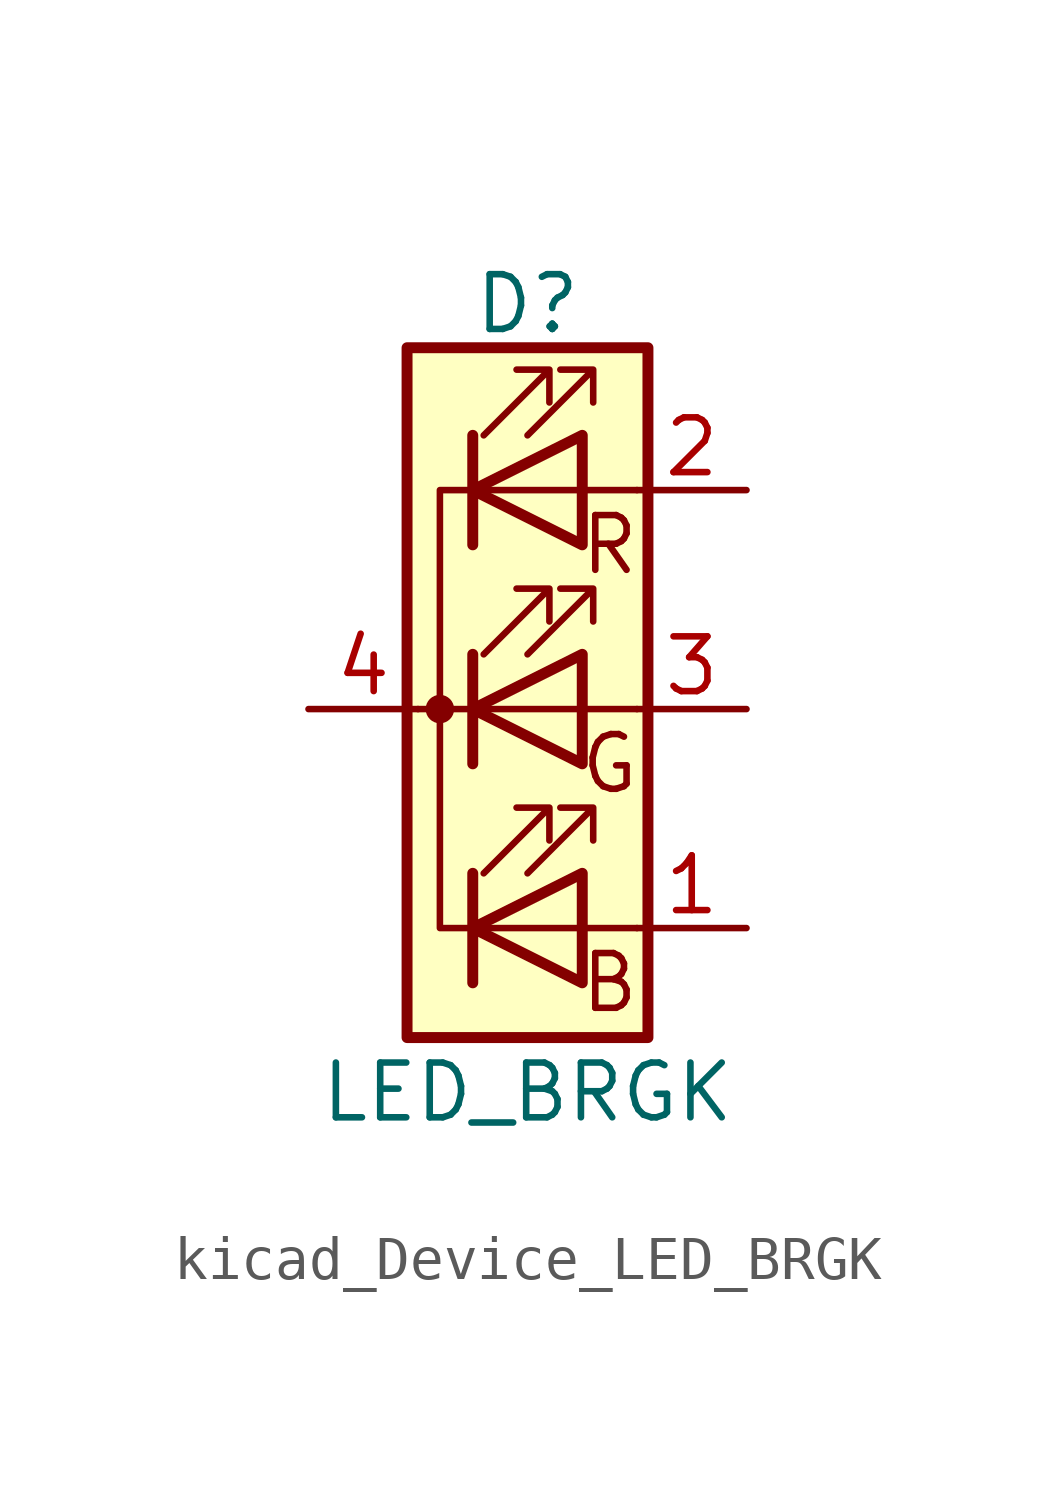
<source format=kicad_sym>
(kicad_symbol_lib
  (version 20220914)
  (generator kicad_symbol_editor)
  (symbol "kicad_Device_LED_BRGK"
    (pin_names
      (offset 0) hide)
    (property "Reference" "D"
      (at 0 9.398 0)
      (effects (font (size 1.27 1.27))))
    (property "Value" "LED_BRGK"
      (at 0 -8.89 0)
      (effects (font (size 1.27 1.27))))
    (symbol "kicad_Device_LED_BRGK_0_0"
      (text "B" (at 1.905 -6.35 0) (effects (font (size 1.27 1.27))))
      (text "G" (at 1.905 -1.27 0) (effects (font (size 1.27 1.27))))
      (text "R" (at 1.905 3.81 0) (effects (font (size 1.27 1.27)))))
    (symbol "kicad_Device_LED_BRGK_0_1"
      (circle (center -2.032 0) (radius 0.254) (stroke (width 0) (type default)) (fill (type outline)))
      (polyline (pts (xy -1.27 -5.08) (xy 1.27 -5.08)) (stroke (width 0) (type default)) (fill (type none)))
      (polyline (pts (xy -1.27 -3.81) (xy -1.27 -6.35)) (stroke (width 0.254) (type default)) (fill (type none)))
      (polyline (pts (xy -1.27 0) (xy -2.54 0)) (stroke (width 0) (type default)) (fill (type none)))
      (polyline (pts (xy -1.27 1.27) (xy -1.27 -1.27)) (stroke (width 0.254) (type default)) (fill (type none)))
      (polyline (pts (xy -1.27 5.08) (xy 1.27 5.08)) (stroke (width 0) (type default)) (fill (type none)))
      (polyline (pts (xy -1.27 6.35) (xy -1.27 3.81)) (stroke (width 0.254) (type default)) (fill (type none)))
      (polyline (pts (xy 1.27 -5.08) (xy 2.54 -5.08)) (stroke (width 0) (type default)) (fill (type none)))
      (polyline (pts (xy 1.27 0) (xy -1.27 0)) (stroke (width 0) (type default)) (fill (type none)))
      (polyline (pts (xy 1.27 0) (xy 2.54 0)) (stroke (width 0) (type default)) (fill (type none)))
      (polyline (pts (xy 1.27 5.08) (xy 2.54 5.08)) (stroke (width 0) (type default)) (fill (type none)))
      (polyline (pts (xy -1.27 1.27) (xy -1.27 -1.27) (xy -1.27 -1.27)) (stroke (width 0) (type default)) (fill (type none)))
      (polyline (pts (xy -1.27 6.35) (xy -1.27 3.81) (xy -1.27 3.81)) (stroke (width 0) (type default)) (fill (type none)))
      (polyline (pts (xy -1.27 5.08) (xy -2.032 5.08) (xy -2.032 -5.08) (xy -1.016 -5.08)) (stroke (width 0) (type default)) (fill (type none)))
      (polyline (pts (xy 1.27 -3.81) (xy 1.27 -6.35) (xy -1.27 -5.08) (xy 1.27 -3.81)) (stroke (width 0.254) (type default)) (fill (type none)))
      (polyline (pts (xy 1.27 1.27) (xy 1.27 -1.27) (xy -1.27 0) (xy 1.27 1.27)) (stroke (width 0.254) (type default)) (fill (type none)))
      (polyline (pts (xy 1.27 6.35) (xy 1.27 3.81) (xy -1.27 5.08) (xy 1.27 6.35)) (stroke (width 0.254) (type default)) (fill (type none)))
      (polyline (pts (xy -1.016 -3.81) (xy 0.508 -2.286) (xy -0.254 -2.286) (xy 0.508 -2.286) (xy 0.508 -3.048)) (stroke (width 0) (type default)) (fill (type none)))
      (polyline (pts (xy -1.016 1.27) (xy 0.508 2.794) (xy -0.254 2.794) (xy 0.508 2.794) (xy 0.508 2.032)) (stroke (width 0) (type default)) (fill (type none)))
      (polyline (pts (xy -1.016 6.35) (xy 0.508 7.874) (xy -0.254 7.874) (xy 0.508 7.874) (xy 0.508 7.112)) (stroke (width 0) (type default)) (fill (type none)))
      (polyline (pts (xy 0 -3.81) (xy 1.524 -2.286) (xy 0.762 -2.286) (xy 1.524 -2.286) (xy 1.524 -3.048)) (stroke (width 0) (type default)) (fill (type none)))
      (polyline (pts (xy 0 1.27) (xy 1.524 2.794) (xy 0.762 2.794) (xy 1.524 2.794) (xy 1.524 2.032)) (stroke (width 0) (type default)) (fill (type none)))
      (polyline (pts (xy 0 6.35) (xy 1.524 7.874) (xy 0.762 7.874) (xy 1.524 7.874) (xy 1.524 7.112)) (stroke (width 0) (type default)) (fill (type none)))
      (rectangle (start 1.27 -1.27) (end 1.27 1.27) (stroke (width 0) (type default)) (fill (type none)))
      (rectangle (start 1.27 1.27) (end 1.27 1.27) (stroke (width 0) (type default)) (fill (type none)))
      (rectangle (start 1.27 3.81) (end 1.27 6.35) (stroke (width 0) (type default)) (fill (type none)))
      (rectangle (start 1.27 6.35) (end 1.27 6.35) (stroke (width 0) (type default)) (fill (type none)))
      (rectangle (start 2.794 8.382) (end -2.794 -7.62) (stroke (width 0.254) (type default)) (fill (type background))))
    (symbol "kicad_Device_LED_BRGK_1_1"
      (pin passive line (at 5.08 -5.08 180) (length 2.54) (name "BA" (effects (font (size 1.27 1.27)))) (number "1" (effects (font (size 1.27 1.27)))))
      (pin passive line (at 5.08 5.08 180) (length 2.54) (name "RA" (effects (font (size 1.27 1.27)))) (number "2" (effects (font (size 1.27 1.27)))))
      (pin passive line (at 5.08 0 180) (length 2.54) (name "GA" (effects (font (size 1.27 1.27)))) (number "3" (effects (font (size 1.27 1.27)))))
      (pin passive line (at -5.08 0 0) (length 2.54) (name "K" (effects (font (size 1.27 1.27)))) (number "4" (effects (font (size 1.27 1.27))))))))
</source>
